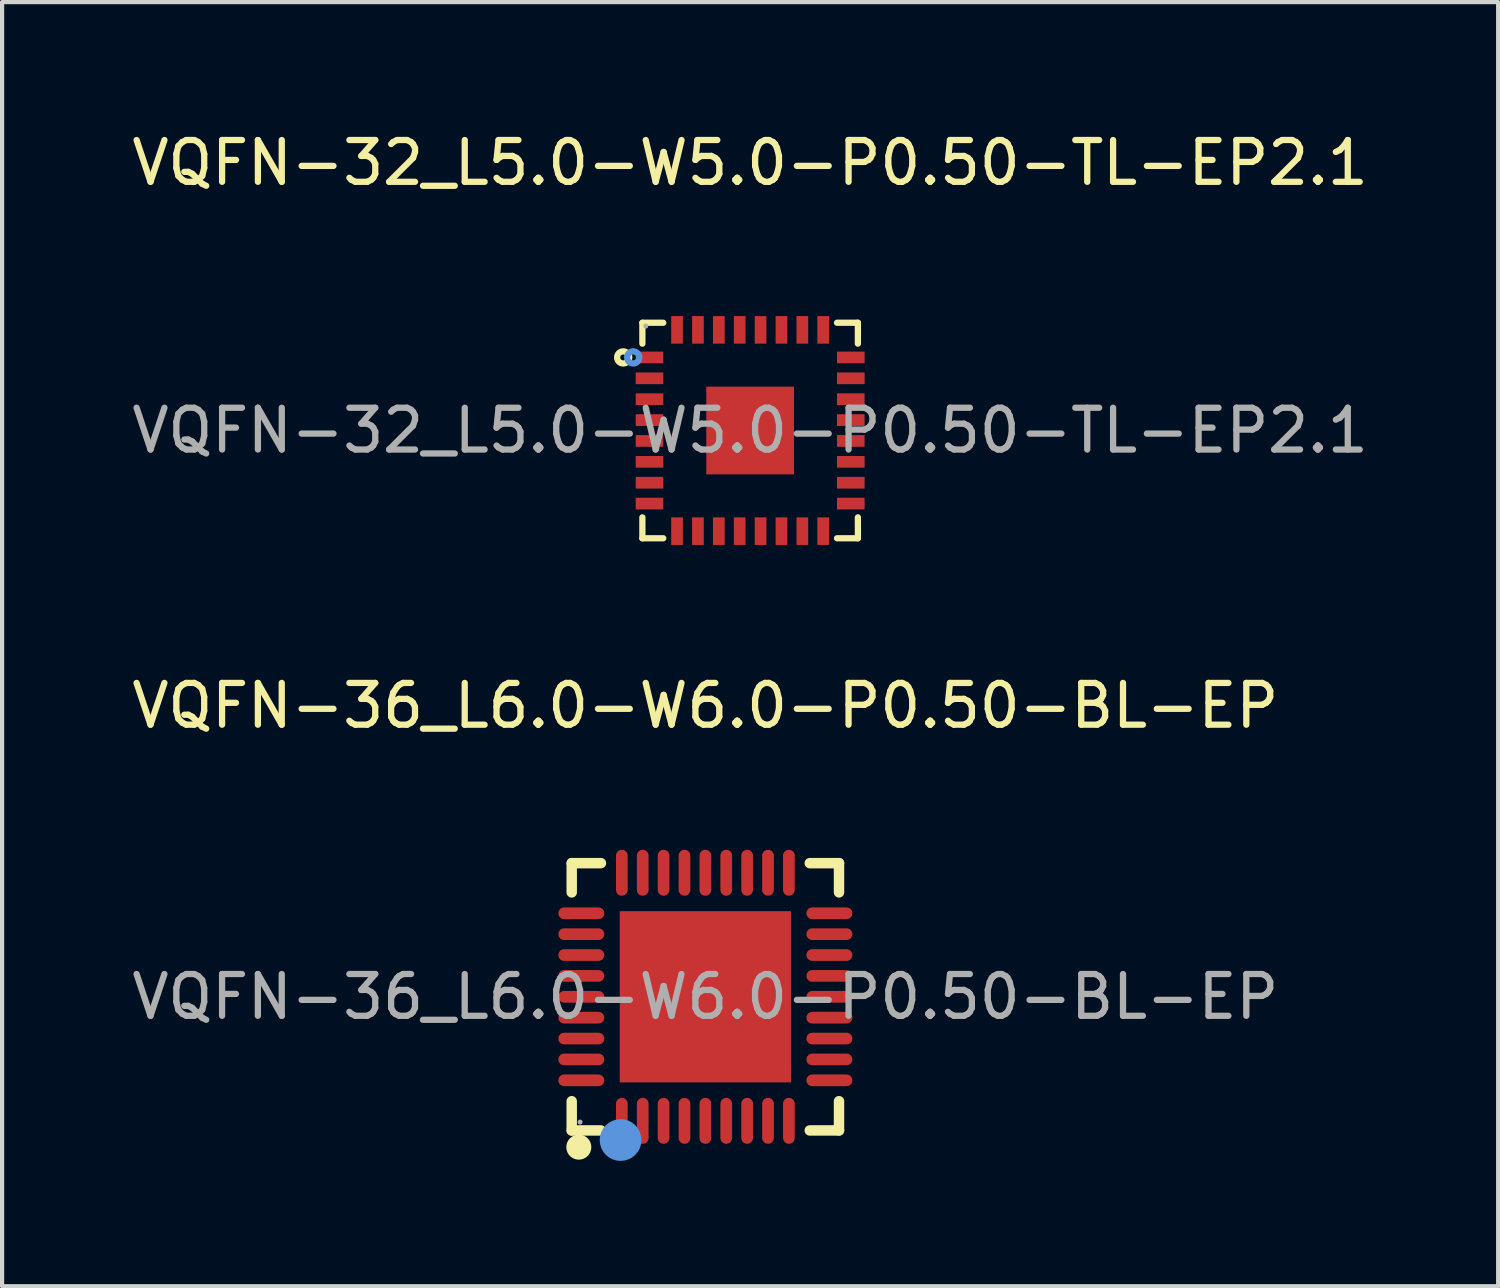
<source format=kicad_pcb>
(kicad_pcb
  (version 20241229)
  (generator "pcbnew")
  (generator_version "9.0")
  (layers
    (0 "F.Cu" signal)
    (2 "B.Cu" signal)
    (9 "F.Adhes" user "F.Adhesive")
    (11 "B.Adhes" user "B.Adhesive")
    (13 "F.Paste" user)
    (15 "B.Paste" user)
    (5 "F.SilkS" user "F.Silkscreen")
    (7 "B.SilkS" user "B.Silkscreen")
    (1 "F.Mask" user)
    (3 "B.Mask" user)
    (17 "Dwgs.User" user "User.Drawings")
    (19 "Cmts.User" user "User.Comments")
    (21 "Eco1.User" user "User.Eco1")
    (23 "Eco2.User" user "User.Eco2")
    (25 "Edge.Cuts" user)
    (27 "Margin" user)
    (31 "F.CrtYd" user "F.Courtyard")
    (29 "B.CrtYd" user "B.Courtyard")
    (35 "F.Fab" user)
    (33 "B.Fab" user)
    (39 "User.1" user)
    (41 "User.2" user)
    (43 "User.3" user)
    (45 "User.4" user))
  (footprint "VQFN-36_L6.0-W6.0-P0.50-BL-EP"
    (layer "F.Cu")
    (at 13.839 20.817)
    (property "Reference" "VQFN-36_L6.0-W6.0-P0.50-BL-EP" (at 0 -6.97 0) (layer "F.SilkS") (effects (font (size 1 1) (thickness 0.15))))
    (attr through_hole)
    (fp_line (start -3.2 -3.2) (end -2.5 -3.2) (stroke (width 0.25) (type solid)) (layer "F.SilkS"))
    (fp_line (start -3.2 -2.5) (end -3.2 -3.2) (stroke (width 0.25) (type solid)) (layer "F.SilkS"))
    (fp_line (start -3.2 3.2) (end -3.2 2.5) (stroke (width 0.25) (type solid)) (layer "F.SilkS"))
    (fp_line (start -2.5 3.2) (end -3.2 3.2) (stroke (width 0.25) (type solid)) (layer "F.SilkS"))
    (fp_line (start 3.2 -3.2) (end 2.5 -3.2) (stroke (width 0.25) (type solid)) (layer "F.SilkS"))
    (fp_line (start 3.2 -2.5) (end 3.2 -3.2) (stroke (width 0.25) (type solid)) (layer "F.SilkS"))
    (fp_line (start 3.2 2.5) (end 3.2 3.2) (stroke (width 0.25) (type solid)) (layer "F.SilkS"))
    (fp_line (start 3.2 3.2) (end 2.5 3.2) (stroke (width 0.25) (type solid)) (layer "F.SilkS"))
    (fp_arc (start -3.03 3.6) (mid -3.03 3.6) (end -3.03 3.6) (stroke (width 0.3) (type solid)) (layer "F.SilkS"))
    (fp_circle (center -2.03 3.43) (end -1.78 3.43) (stroke (width 0.5) (type solid)) (fill no) (layer "Cmts.User"))
    (fp_circle (center -3 3) (end -2.97 3) (stroke (width 0.06) (type solid)) (fill no) (layer "F.Fab"))
    (fp_text user "${REFERENCE}" (at 0 0 0) (layer "F.Fab") (effects (font (size 1 1) (thickness 0.15))))
    (pad "1" smd oval (at -2 2.97) (size 0.28 1.1) (layers "F.Cu" "F.Mask" "F.Paste"))
    (pad "2" smd oval (at -1.5 2.97) (size 0.28 1.1) (layers "F.Cu" "F.Mask" "F.Paste"))
    (pad "3" smd oval (at -1 2.97) (size 0.28 1.1) (layers "F.Cu" "F.Mask" "F.Paste"))
    (pad "4" smd oval (at -0.5 2.97) (size 0.28 1.1) (layers "F.Cu" "F.Mask" "F.Paste"))
    (pad "5" smd oval (at 0 2.97) (size 0.28 1.1) (layers "F.Cu" "F.Mask" "F.Paste"))
    (pad "6" smd oval (at 0.5 2.97) (size 0.28 1.1) (layers "F.Cu" "F.Mask" "F.Paste"))
    (pad "7" smd oval (at 1 2.97) (size 0.28 1.1) (layers "F.Cu" "F.Mask" "F.Paste"))
    (pad "8" smd oval (at 1.5 2.97) (size 0.28 1.1) (layers "F.Cu" "F.Mask" "F.Paste"))
    (pad "9" smd oval (at 2 2.97) (size 0.28 1.1) (layers "F.Cu" "F.Mask" "F.Paste"))
    (pad "10" smd oval (at 2.97 2 90) (size 0.28 1.1) (layers "F.Cu" "F.Mask" "F.Paste"))
    (pad "11" smd oval (at 2.97 1.5 90) (size 0.28 1.1) (layers "F.Cu" "F.Mask" "F.Paste"))
    (pad "12" smd oval (at 2.97 1 90) (size 0.28 1.1) (layers "F.Cu" "F.Mask" "F.Paste"))
    (pad "13" smd oval (at 2.97 0.5 90) (size 0.28 1.1) (layers "F.Cu" "F.Mask" "F.Paste"))
    (pad "14" smd oval (at 2.97 0 90) (size 0.28 1.1) (layers "F.Cu" "F.Mask" "F.Paste"))
    (pad "15" smd oval (at 2.97 -0.5 90) (size 0.28 1.1) (layers "F.Cu" "F.Mask" "F.Paste"))
    (pad "16" smd oval (at 2.97 -1 90) (size 0.28 1.1) (layers "F.Cu" "F.Mask" "F.Paste"))
    (pad "17" smd oval (at 2.97 -1.5 90) (size 0.28 1.1) (layers "F.Cu" "F.Mask" "F.Paste"))
    (pad "18" smd oval (at 2.97 -2 90) (size 0.28 1.1) (layers "F.Cu" "F.Mask" "F.Paste"))
    (pad "19" smd oval (at 2 -2.97 180) (size 0.28 1.1) (layers "F.Cu" "F.Mask" "F.Paste"))
    (pad "20" smd oval (at 1.5 -2.97 180) (size 0.28 1.1) (layers "F.Cu" "F.Mask" "F.Paste"))
    (pad "21" smd oval (at 1 -2.97 180) (size 0.28 1.1) (layers "F.Cu" "F.Mask" "F.Paste"))
    (pad "22" smd oval (at 0.5 -2.97 180) (size 0.28 1.1) (layers "F.Cu" "F.Mask" "F.Paste"))
    (pad "23" smd oval (at 0 -2.97 180) (size 0.28 1.1) (layers "F.Cu" "F.Mask" "F.Paste"))
    (pad "24" smd oval (at -0.5 -2.97 180) (size 0.28 1.1) (layers "F.Cu" "F.Mask" "F.Paste"))
    (pad "25" smd oval (at -1 -2.97 180) (size 0.28 1.1) (layers "F.Cu" "F.Mask" "F.Paste"))
    (pad "26" smd oval (at -1.5 -2.97 180) (size 0.28 1.1) (layers "F.Cu" "F.Mask" "F.Paste"))
    (pad "27" smd oval (at -2 -2.97 180) (size 0.28 1.1) (layers "F.Cu" "F.Mask" "F.Paste"))
    (pad "28" smd oval (at -2.97 -2 270) (size 0.28 1.1) (layers "F.Cu" "F.Mask" "F.Paste"))
    (pad "29" smd oval (at -2.97 -1.5 270) (size 0.28 1.1) (layers "F.Cu" "F.Mask" "F.Paste"))
    (pad "30" smd oval (at -2.97 -1 270) (size 0.28 1.1) (layers "F.Cu" "F.Mask" "F.Paste"))
    (pad "31" smd oval (at -2.97 -0.5 270) (size 0.28 1.1) (layers "F.Cu" "F.Mask" "F.Paste"))
    (pad "32" smd oval (at -2.97 0 270) (size 0.28 1.1) (layers "F.Cu" "F.Mask" "F.Paste"))
    (pad "33" smd oval (at -2.97 0.5 270) (size 0.28 1.1) (layers "F.Cu" "F.Mask" "F.Paste"))
    (pad "34" smd oval (at -2.97 1 270) (size 0.28 1.1) (layers "F.Cu" "F.Mask" "F.Paste"))
    (pad "35" smd oval (at -2.97 1.5 270) (size 0.28 1.1) (layers "F.Cu" "F.Mask" "F.Paste"))
    (pad "36" smd oval (at -2.97 2 270) (size 0.28 1.1) (layers "F.Cu" "F.Mask" "F.Paste"))
    (pad "37" smd rect (at 0 0) (size 4.1 4.1) (layers "F.Cu" "F.Mask" "F.Paste")))
  (footprint "VQFN-32_L5.0-W5.0-P0.50-TL-EP2.1"
    (layer "F.Cu")
    (at 14.911 7.258)
    (property "Reference" "VQFN-32_L5.0-W5.0-P0.50-TL-EP2.1" (at 0 -6.41 0) (layer "F.SilkS") (effects (font (size 1 1) (thickness 0.15))))
    (attr through_hole)
    (fp_line (start -2.58 -2.58) (end -2.58 -2.08) (stroke (width 0.15) (type solid)) (layer "F.SilkS"))
    (fp_line (start -2.58 2.58) (end -2.58 2.08) (stroke (width 0.15) (type solid)) (layer "F.SilkS"))
    (fp_line (start -2.08 -2.58) (end -2.58 -2.58) (stroke (width 0.15) (type solid)) (layer "F.SilkS"))
    (fp_line (start -2.08 2.58) (end -2.58 2.58) (stroke (width 0.15) (type solid)) (layer "F.SilkS"))
    (fp_line (start 2.08 -2.58) (end 2.58 -2.58) (stroke (width 0.15) (type solid)) (layer "F.SilkS"))
    (fp_line (start 2.08 2.58) (end 2.58 2.58) (stroke (width 0.15) (type solid)) (layer "F.SilkS"))
    (fp_line (start 2.58 -2.58) (end 2.58 -2.08) (stroke (width 0.15) (type solid)) (layer "F.SilkS"))
    (fp_line (start 2.58 2.58) (end 2.58 2.08) (stroke (width 0.15) (type solid)) (layer "F.SilkS"))
    (fp_circle (center -3.04 -1.75) (end -2.97 -1.75) (stroke (width 0.15) (type solid)) (fill no) (layer "F.SilkS"))
    (fp_circle (center -2.8 -1.75) (end -2.73 -1.75) (stroke (width 0.15) (type solid)) (fill no) (layer "Cmts.User"))
    (fp_circle (center -2.5 -2.5) (end -2.47 -2.5) (stroke (width 0.06) (type solid)) (fill no) (layer "F.Fab"))
    (fp_text user "${REFERENCE}" (at 0 0 0) (layer "F.Fab") (effects (font (size 1 1) (thickness 0.15))))
    (pad "1" smd rect (at -2.41 -1.75) (size 0.66 0.28) (layers "F.Cu" "F.Mask" "F.Paste"))
    (pad "2" smd rect (at -2.41 -1.25) (size 0.66 0.28) (layers "F.Cu" "F.Mask" "F.Paste"))
    (pad "3" smd rect (at -2.41 -0.75) (size 0.66 0.28) (layers "F.Cu" "F.Mask" "F.Paste"))
    (pad "4" smd rect (at -2.41 -0.25) (size 0.66 0.28) (layers "F.Cu" "F.Mask" "F.Paste"))
    (pad "5" smd rect (at -2.41 0.25) (size 0.66 0.28) (layers "F.Cu" "F.Mask" "F.Paste"))
    (pad "6" smd rect (at -2.41 0.75) (size 0.66 0.28) (layers "F.Cu" "F.Mask" "F.Paste"))
    (pad "7" smd rect (at -2.41 1.25) (size 0.66 0.28) (layers "F.Cu" "F.Mask" "F.Paste"))
    (pad "8" smd rect (at -2.41 1.75) (size 0.66 0.28) (layers "F.Cu" "F.Mask" "F.Paste"))
    (pad "9" smd rect (at -1.75 2.41) (size 0.28 0.66) (layers "F.Cu" "F.Mask" "F.Paste"))
    (pad "10" smd rect (at -1.25 2.41) (size 0.28 0.66) (layers "F.Cu" "F.Mask" "F.Paste"))
    (pad "11" smd rect (at -0.75 2.41) (size 0.28 0.66) (layers "F.Cu" "F.Mask" "F.Paste"))
    (pad "12" smd rect (at -0.25 2.41) (size 0.28 0.66) (layers "F.Cu" "F.Mask" "F.Paste"))
    (pad "13" smd rect (at 0.25 2.41) (size 0.28 0.66) (layers "F.Cu" "F.Mask" "F.Paste"))
    (pad "14" smd rect (at 0.75 2.41) (size 0.28 0.66) (layers "F.Cu" "F.Mask" "F.Paste"))
    (pad "15" smd rect (at 1.25 2.41) (size 0.28 0.66) (layers "F.Cu" "F.Mask" "F.Paste"))
    (pad "16" smd rect (at 1.75 2.41) (size 0.28 0.66) (layers "F.Cu" "F.Mask" "F.Paste"))
    (pad "17" smd rect (at 2.41 1.75) (size 0.66 0.28) (layers "F.Cu" "F.Mask" "F.Paste"))
    (pad "18" smd rect (at 2.41 1.25) (size 0.66 0.28) (layers "F.Cu" "F.Mask" "F.Paste"))
    (pad "19" smd rect (at 2.41 0.75) (size 0.66 0.28) (layers "F.Cu" "F.Mask" "F.Paste"))
    (pad "20" smd rect (at 2.41 0.25) (size 0.66 0.28) (layers "F.Cu" "F.Mask" "F.Paste"))
    (pad "21" smd rect (at 2.41 -0.25) (size 0.66 0.28) (layers "F.Cu" "F.Mask" "F.Paste"))
    (pad "22" smd rect (at 2.41 -0.75) (size 0.66 0.28) (layers "F.Cu" "F.Mask" "F.Paste"))
    (pad "23" smd rect (at 2.41 -1.25) (size 0.66 0.28) (layers "F.Cu" "F.Mask" "F.Paste"))
    (pad "24" smd rect (at 2.41 -1.75) (size 0.66 0.28) (layers "F.Cu" "F.Mask" "F.Paste"))
    (pad "25" smd rect (at 1.75 -2.41) (size 0.28 0.66) (layers "F.Cu" "F.Mask" "F.Paste"))
    (pad "26" smd rect (at 1.25 -2.41) (size 0.28 0.66) (layers "F.Cu" "F.Mask" "F.Paste"))
    (pad "27" smd rect (at 0.75 -2.41) (size 0.28 0.66) (layers "F.Cu" "F.Mask" "F.Paste"))
    (pad "28" smd rect (at 0.25 -2.41) (size 0.28 0.66) (layers "F.Cu" "F.Mask" "F.Paste"))
    (pad "29" smd rect (at -0.25 -2.41) (size 0.28 0.66) (layers "F.Cu" "F.Mask" "F.Paste"))
    (pad "30" smd rect (at -0.75 -2.41) (size 0.28 0.66) (layers "F.Cu" "F.Mask" "F.Paste"))
    (pad "31" smd rect (at -1.25 -2.41) (size 0.28 0.66) (layers "F.Cu" "F.Mask" "F.Paste"))
    (pad "32" smd rect (at -1.75 -2.41) (size 0.28 0.66) (layers "F.Cu" "F.Mask" "F.Paste"))
    (pad "33" smd rect (at 0 0) (size 2.1 2.1) (layers "F.Cu" "F.Mask" "F.Paste")))
  (gr_rect
    (start -3 -3)
    (end 32.821 27.747)
    (stroke (width 0.1) (type default))
    (fill no)
    (layer "Edge.Cuts")))
</source>
